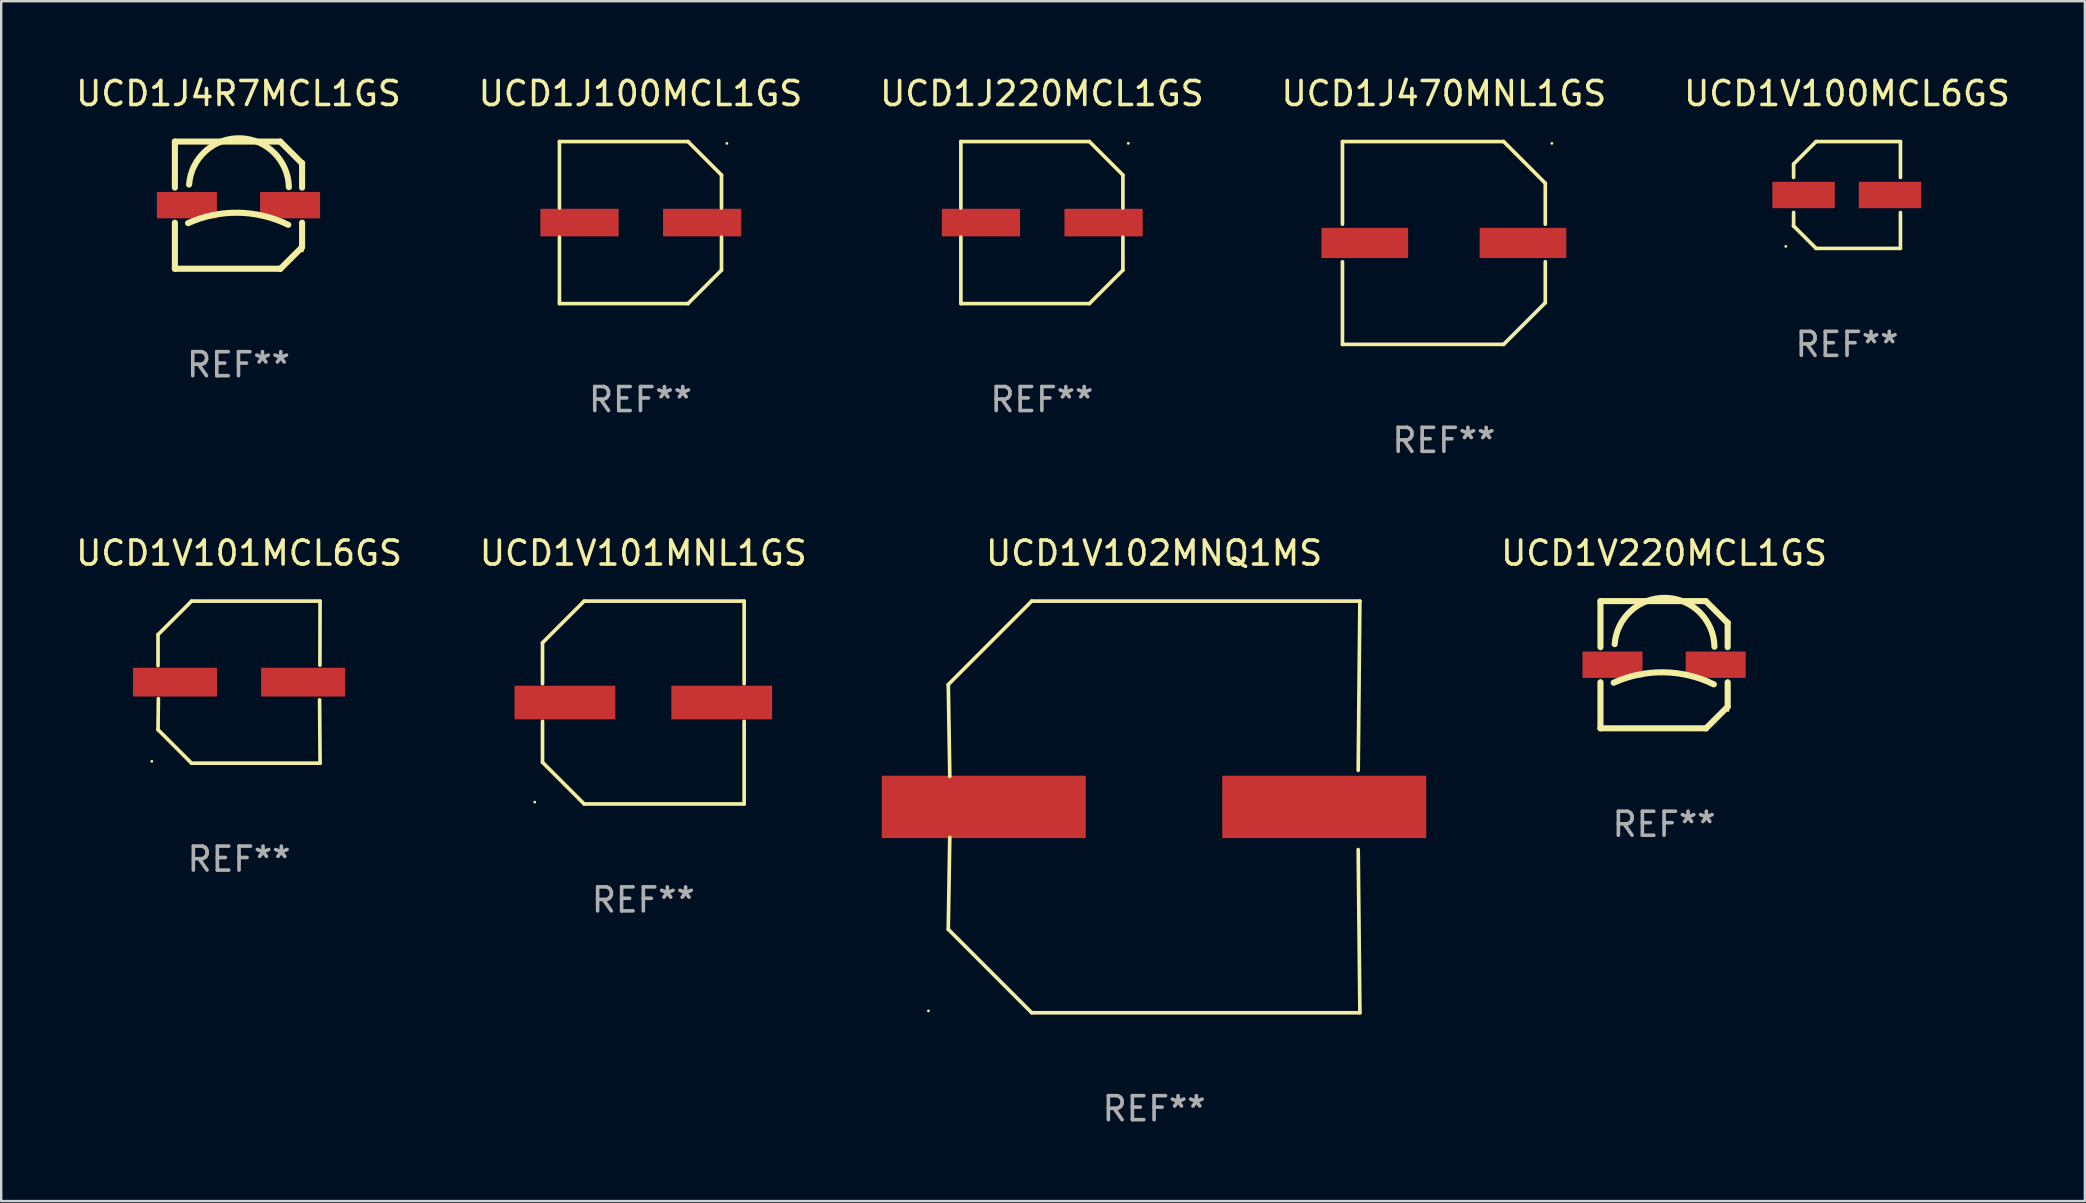
<source format=kicad_pcb>
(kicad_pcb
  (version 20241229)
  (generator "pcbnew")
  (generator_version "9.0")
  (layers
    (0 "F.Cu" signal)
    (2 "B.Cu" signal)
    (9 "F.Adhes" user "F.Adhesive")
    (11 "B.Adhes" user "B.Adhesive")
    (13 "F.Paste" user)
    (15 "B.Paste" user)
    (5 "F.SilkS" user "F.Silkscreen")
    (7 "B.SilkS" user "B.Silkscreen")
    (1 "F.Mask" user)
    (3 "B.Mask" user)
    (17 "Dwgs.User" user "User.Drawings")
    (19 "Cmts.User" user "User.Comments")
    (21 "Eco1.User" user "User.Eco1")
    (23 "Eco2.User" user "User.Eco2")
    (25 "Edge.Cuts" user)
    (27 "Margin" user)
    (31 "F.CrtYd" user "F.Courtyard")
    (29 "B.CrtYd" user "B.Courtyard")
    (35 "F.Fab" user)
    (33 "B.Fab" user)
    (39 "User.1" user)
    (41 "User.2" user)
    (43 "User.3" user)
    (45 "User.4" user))
  (footprint "UCD1J220MCL1GS"
    (layer "F.Cu")
    (at 40.363 6.224)
    (property "Reference" "UCD1J220MCL1GS" (at 0 -5.376 0) (layer "F.SilkS") (effects (font (size 1 1) (thickness 0.15))))
    (attr through_hole)
    (fp_line (start -3.376 -3.376) (end 1.98 -3.376) (stroke (width 0.152) (type solid)) (layer "F.SilkS"))
    (fp_line (start -3.376 -0.607) (end -3.376 -3.376) (stroke (width 0.152) (type solid)) (layer "F.SilkS"))
    (fp_line (start -3.376 0.607) (end -3.376 3.376) (stroke (width 0.152) (type solid)) (layer "F.SilkS"))
    (fp_line (start -3.376 3.376) (end 1.98 3.376) (stroke (width 0.152) (type solid)) (layer "F.SilkS"))
    (fp_line (start 1.98 -3.376) (end 3.376 -1.98) (stroke (width 0.152) (type solid)) (layer "F.SilkS"))
    (fp_line (start 1.98 3.376) (end 3.376 1.98) (stroke (width 0.152) (type solid)) (layer "F.SilkS"))
    (fp_line (start 3.376 -1.98) (end 3.376 -0.607) (stroke (width 0.152) (type solid)) (layer "F.SilkS"))
    (fp_line (start 3.376 1.98) (end 3.376 0.607) (stroke (width 0.152) (type solid)) (layer "F.SilkS"))
    (fp_circle (center 3.6 -3.3) (end 3.63 -3.3) (stroke (width 0.06) (type solid)) (fill no) (layer "F.SilkS"))
    (fp_text user "REF**" (at 0 7.376 0) (layer "F.Fab") (effects (font (size 1 1) (thickness 0.15))))
    (pad "1" smd rect (at 2.57 0 180) (size 3.26 1.15) (layers "F.Cu" "F.Mask" "F.Paste"))
    (pad "2" smd rect (at -2.54 0 180) (size 3.26 1.15) (layers "F.Cu" "F.Mask" "F.Paste")))
  (footprint "UCD1J4R7MCL1GS"
    (layer "F.Cu")
    (at 6.887 5.498)
    (property "Reference" "UCD1J4R7MCL1GS" (at 0 -4.65 0) (layer "F.SilkS") (effects (font (size 1 1) (thickness 0.15))))
    (attr through_hole)
    (fp_line (start -2.65 -2.65) (end 1.74 -2.65) (stroke (width 0.254) (type solid)) (layer "F.SilkS"))
    (fp_line (start -2.65 -0.731) (end -2.65 -2.65) (stroke (width 0.254) (type solid)) (layer "F.SilkS"))
    (fp_line (start -2.65 2.65) (end -2.65 0.731) (stroke (width 0.254) (type solid)) (layer "F.SilkS"))
    (fp_line (start -2.65 2.65) (end 1.73 2.65) (stroke (width 0.254) (type solid)) (layer "F.SilkS"))
    (fp_line (start 1.73 2.65) (end 1.75 2.65) (stroke (width 0.254) (type solid)) (layer "F.SilkS"))
    (fp_line (start 1.75 2.65) (end 2.65 1.75) (stroke (width 0.254) (type solid)) (layer "F.SilkS"))
    (fp_line (start 2.64 -1.75) (end 1.74 -2.65) (stroke (width 0.254) (type solid)) (layer "F.SilkS"))
    (fp_line (start 2.65 -1.75) (end 2.64 -1.75) (stroke (width 0.254) (type solid)) (layer "F.SilkS"))
    (fp_line (start 2.65 -0.731) (end 2.65 -1.75) (stroke (width 0.254) (type solid)) (layer "F.SilkS"))
    (fp_line (start 2.65 1.75) (end 2.65 0.731) (stroke (width 0.254) (type solid)) (layer "F.SilkS"))
    (fp_arc (start -2.1 0.749886) (mid -0.005214 0.316693) (end 2.074168 0.818644) (stroke (width 0.254001) (type solid)) (layer "F.SilkS"))
    (fp_arc (start -2.058369 -0.857759) (mid 0.072137 -2.78601) (end 2.1 -0.750089) (stroke (width 0.254001) (type solid)) (layer "F.SilkS"))
    (fp_circle (center 2.667 1.905) (end 2.697 1.905) (stroke (width 0.06) (type solid)) (fill no) (layer "F.SilkS"))
    (fp_text user "REF**" (at 0 6.65 0) (layer "F.Fab") (effects (font (size 1 1) (thickness 0.15))))
    (pad "1" smd rect (at 2.15 0) (size 2.5 1.1) (layers "F.Cu" "F.Mask" "F.Paste"))
    (pad "2" smd rect (at -2.15 0) (size 2.5 1.1) (layers "F.Cu" "F.Mask" "F.Paste")))
  (footprint "UCD1J100MCL1GS"
    (layer "F.Cu")
    (at 23.637 6.224)
    (property "Reference" "UCD1J100MCL1GS" (at 0 -5.376 0) (layer "F.SilkS") (effects (font (size 1 1) (thickness 0.15))))
    (attr through_hole)
    (fp_line (start -3.376 -3.376) (end 1.98 -3.376) (stroke (width 0.152) (type solid)) (layer "F.SilkS"))
    (fp_line (start -3.376 -0.607) (end -3.376 -3.376) (stroke (width 0.152) (type solid)) (layer "F.SilkS"))
    (fp_line (start -3.376 0.607) (end -3.376 3.376) (stroke (width 0.152) (type solid)) (layer "F.SilkS"))
    (fp_line (start -3.376 3.376) (end 1.98 3.376) (stroke (width 0.152) (type solid)) (layer "F.SilkS"))
    (fp_line (start 1.98 -3.376) (end 3.376 -1.98) (stroke (width 0.152) (type solid)) (layer "F.SilkS"))
    (fp_line (start 1.98 3.376) (end 3.376 1.98) (stroke (width 0.152) (type solid)) (layer "F.SilkS"))
    (fp_line (start 3.376 -1.98) (end 3.376 -0.607) (stroke (width 0.152) (type solid)) (layer "F.SilkS"))
    (fp_line (start 3.376 1.98) (end 3.376 0.607) (stroke (width 0.152) (type solid)) (layer "F.SilkS"))
    (fp_circle (center 3.6 -3.3) (end 3.63 -3.3) (stroke (width 0.06) (type solid)) (fill no) (layer "F.SilkS"))
    (fp_text user "REF**" (at 0 7.376 0) (layer "F.Fab") (effects (font (size 1 1) (thickness 0.15))))
    (pad "1" smd rect (at 2.57 0 180) (size 3.26 1.15) (layers "F.Cu" "F.Mask" "F.Paste"))
    (pad "2" smd rect (at -2.54 0 180) (size 3.26 1.15) (layers "F.Cu" "F.Mask" "F.Paste")))
  (footprint "UCD1V102MNQ1MS"
    (layer "F.Cu")
    (at 45.038 30.573)
    (property "Reference" "UCD1V102MNQ1MS" (at 0 -10.576 0) (layer "F.SilkS") (effects (font (size 1 1) (thickness 0.15))))
    (attr through_hole)
    (fp_line (start -8.576 5.099) (end -8.513 1.269) (stroke (width 0.152) (type solid)) (layer "F.SilkS"))
    (fp_line (start -8.575 -5.101) (end -8.512 -1.271) (stroke (width 0.152) (type solid)) (layer "F.SilkS"))
    (fp_line (start -5.1 -8.576) (end -8.575 -5.101) (stroke (width 0.152) (type solid)) (layer "F.SilkS"))
    (fp_line (start -5.1 8.576) (end -8.576 5.099) (stroke (width 0.152) (type solid)) (layer "F.SilkS"))
    (fp_line (start 8.505 -1.525) (end 8.575 -8.576) (stroke (width 0.152) (type solid)) (layer "F.SilkS"))
    (fp_line (start 8.505 1.777) (end 8.576 8.576) (stroke (width 0.152) (type solid)) (layer "F.SilkS"))
    (fp_line (start 8.575 -8.576) (end -5.1 -8.576) (stroke (width 0.152) (type solid)) (layer "F.SilkS"))
    (fp_line (start 8.576 8.576) (end -5.1 8.576) (stroke (width 0.152) (type solid)) (layer "F.SilkS"))
    (fp_circle (center -9.402 8.499) (end -9.372 8.499) (stroke (width 0.06) (type solid)) (fill no) (layer "F.SilkS"))
    (fp_text user "REF**" (at 0 12.576 0) (layer "F.Fab") (effects (font (size 1 1) (thickness 0.15))))
    (pad "1" smd rect (at -7.097 -0.001) (size 8.5 2.6) (layers "F.Cu" "F.Mask" "F.Paste"))
    (pad "2" smd rect (at 7.09 -0.001) (size 8.5 2.6) (layers "F.Cu" "F.Mask" "F.Paste")))
  (footprint "UCD1V220MCL1GS"
    (layer "F.Cu")
    (at 66.288 24.647)
    (property "Reference" "UCD1V220MCL1GS" (at 0 -4.65 0) (layer "F.SilkS") (effects (font (size 1 1) (thickness 0.15))))
    (attr through_hole)
    (fp_line (start -2.65 -2.65) (end 1.74 -2.65) (stroke (width 0.254) (type solid)) (layer "F.SilkS"))
    (fp_line (start -2.65 -0.731) (end -2.65 -2.65) (stroke (width 0.254) (type solid)) (layer "F.SilkS"))
    (fp_line (start -2.65 2.65) (end -2.65 0.731) (stroke (width 0.254) (type solid)) (layer "F.SilkS"))
    (fp_line (start -2.65 2.65) (end 1.73 2.65) (stroke (width 0.254) (type solid)) (layer "F.SilkS"))
    (fp_line (start 1.73 2.65) (end 1.75 2.65) (stroke (width 0.254) (type solid)) (layer "F.SilkS"))
    (fp_line (start 1.75 2.65) (end 2.65 1.75) (stroke (width 0.254) (type solid)) (layer "F.SilkS"))
    (fp_line (start 2.64 -1.75) (end 1.74 -2.65) (stroke (width 0.254) (type solid)) (layer "F.SilkS"))
    (fp_line (start 2.65 -1.75) (end 2.64 -1.75) (stroke (width 0.254) (type solid)) (layer "F.SilkS"))
    (fp_line (start 2.65 -0.731) (end 2.65 -1.75) (stroke (width 0.254) (type solid)) (layer "F.SilkS"))
    (fp_line (start 2.65 1.75) (end 2.65 0.731) (stroke (width 0.254) (type solid)) (layer "F.SilkS"))
    (fp_arc (start -2.1 0.749886) (mid -0.005214 0.316693) (end 2.074168 0.818644) (stroke (width 0.254001) (type solid)) (layer "F.SilkS"))
    (fp_arc (start -2.058369 -0.857759) (mid 0.072137 -2.78601) (end 2.1 -0.750089) (stroke (width 0.254001) (type solid)) (layer "F.SilkS"))
    (fp_circle (center 2.667 1.905) (end 2.697 1.905) (stroke (width 0.06) (type solid)) (fill no) (layer "F.SilkS"))
    (fp_text user "REF**" (at 0 6.65 0) (layer "F.Fab") (effects (font (size 1 1) (thickness 0.15))))
    (pad "1" smd rect (at 2.15 0) (size 2.5 1.1) (layers "F.Cu" "F.Mask" "F.Paste"))
    (pad "2" smd rect (at -2.15 0) (size 2.5 1.1) (layers "F.Cu" "F.Mask" "F.Paste")))
  (footprint "UCD1V101MCL6GS"
    (layer "F.Cu")
    (at 6.911 25.373)
    (property "Reference" "UCD1V101MCL6GS" (at 0 -5.376 0) (layer "F.SilkS") (effects (font (size 1 1) (thickness 0.15))))
    (attr through_hole)
    (fp_line (start -3.376 -1.98) (end -3.376 -0.686) (stroke (width 0.152) (type solid)) (layer "F.SilkS"))
    (fp_line (start -3.376 1.981) (end -3.362 0.686) (stroke (width 0.152) (type solid)) (layer "F.SilkS"))
    (fp_line (start -1.981 3.376) (end -3.376 1.981) (stroke (width 0.152) (type solid)) (layer "F.SilkS"))
    (fp_line (start -1.98 -3.376) (end -3.376 -1.98) (stroke (width 0.152) (type solid)) (layer "F.SilkS"))
    (fp_line (start 3.356 0.74) (end 3.376 3.376) (stroke (width 0.152) (type solid)) (layer "F.SilkS"))
    (fp_line (start 3.369 -0.707) (end 3.376 -3.376) (stroke (width 0.152) (type solid)) (layer "F.SilkS"))
    (fp_line (start 3.376 3.376) (end -1.981 3.376) (stroke (width 0.152) (type solid)) (layer "F.SilkS"))
    (fp_line (start 3.376 -3.376) (end -1.98 -3.376) (stroke (width 0.152) (type solid)) (layer "F.SilkS"))
    (fp_circle (center -3.634 3.3) (end -3.604 3.3) (stroke (width 0.06) (type solid)) (fill no) (layer "F.SilkS"))
    (fp_text user "REF**" (at 0 7.376 0) (layer "F.Fab") (effects (font (size 1 1) (thickness 0.15))))
    (pad "1" smd rect (at -2.67 0.000254) (size 3.5 1.2) (layers "F.Cu" "F.Mask" "F.Paste"))
    (pad "2" smd rect (at 2.67 0.000254) (size 3.5 1.2) (layers "F.Cu" "F.Mask" "F.Paste")))
  (footprint "UCD1V100MCL6GS"
    (layer "F.Cu")
    (at 73.911 5.074)
    (property "Reference" "UCD1V100MCL6GS" (at 0 -4.226 0) (layer "F.SilkS") (effects (font (size 1 1) (thickness 0.15))))
    (attr through_hole)
    (fp_line (start -2.226 -1.289) (end -2.226 -0.73) (stroke (width 0.152) (type solid)) (layer "F.SilkS"))
    (fp_line (start -2.226 0.731) (end -2.226 1.291) (stroke (width 0.152) (type solid)) (layer "F.SilkS"))
    (fp_line (start -2.226 1.291) (end -2.226 1.291) (stroke (width 0.152) (type solid)) (layer "F.SilkS"))
    (fp_line (start -1.29 -2.226) (end -2.226 -1.289) (stroke (width 0.152) (type solid)) (layer "F.SilkS"))
    (fp_line (start -1.289 2.226) (end -2.226 1.291) (stroke (width 0.152) (type solid)) (layer "F.SilkS"))
    (fp_line (start 2.226 -2.226) (end -1.29 -2.226) (stroke (width 0.152) (type solid)) (layer "F.SilkS"))
    (fp_line (start 2.226 -0.73) (end 2.226 -2.226) (stroke (width 0.152) (type solid)) (layer "F.SilkS"))
    (fp_line (start 2.226 2.226) (end -1.289 2.226) (stroke (width 0.152) (type solid)) (layer "F.SilkS"))
    (fp_line (start 2.226 2.226) (end 2.226 0.731) (stroke (width 0.152) (type solid)) (layer "F.SilkS"))
    (fp_circle (center -2.551 2.142) (end -2.521 2.142) (stroke (width 0.06) (type solid)) (fill no) (layer "F.SilkS"))
    (fp_text user "REF**" (at 0 6.226 0) (layer "F.Fab") (effects (font (size 1 1) (thickness 0.15))))
    (pad "1" smd rect (at -1.81 0.001) (size 2.6 1.1) (layers "F.Cu" "F.Mask" "F.Paste"))
    (pad "2" smd rect (at 1.79 0.001) (size 2.6 1.1) (layers "F.Cu" "F.Mask" "F.Paste")))
  (footprint "UCD1V101MNL1GS"
    (layer "F.Cu")
    (at 23.756 26.223)
    (property "Reference" "UCD1V101MNL1GS" (at 0 -6.226 0) (layer "F.SilkS") (effects (font (size 1 1) (thickness 0.15))))
    (attr through_hole)
    (fp_line (start -4.201 -2.49) (end -4.201 -0.782) (stroke (width 0.152) (type solid)) (layer "F.SilkS"))
    (fp_line (start -4.201 2.49) (end -4.201 0.782) (stroke (width 0.152) (type solid)) (layer "F.SilkS"))
    (fp_line (start -2.465 -4.226) (end -4.201 -2.49) (stroke (width 0.152) (type solid)) (layer "F.SilkS"))
    (fp_line (start -2.465 4.226) (end -4.201 2.49) (stroke (width 0.152) (type solid)) (layer "F.SilkS"))
    (fp_line (start 4.201 -4.226) (end -2.465 -4.226) (stroke (width 0.152) (type solid)) (layer "F.SilkS"))
    (fp_line (start 4.201 -0.782) (end 4.201 -4.226) (stroke (width 0.152) (type solid)) (layer "F.SilkS"))
    (fp_line (start 4.201 0.782) (end 4.201 4.226) (stroke (width 0.152) (type solid)) (layer "F.SilkS"))
    (fp_line (start 4.201 4.226) (end -2.465 4.226) (stroke (width 0.152) (type solid)) (layer "F.SilkS"))
    (fp_circle (center -4.524 4.15) (end -4.494 4.15) (stroke (width 0.06) (type solid)) (fill no) (layer "F.SilkS"))
    (fp_text user "REF**" (at 0 8.226 0) (layer "F.Fab") (effects (font (size 1 1) (thickness 0.15))))
    (pad "1" smd rect (at -3.267 0) (size 4.2 1.4) (layers "F.Cu" "F.Mask" "F.Paste"))
    (pad "2" smd rect (at 3.267 0) (size 4.2 1.4) (layers "F.Cu" "F.Mask" "F.Paste")))
  (footprint "UCD1J470MNL1GS"
    (layer "F.Cu")
    (at 57.113 7.074)
    (property "Reference" "UCD1J470MNL1GS" (at 0 -6.226 0) (layer "F.SilkS") (effects (font (size 1 1) (thickness 0.15))))
    (attr through_hole)
    (fp_line (start -4.226 -4.226) (end 2.49 -4.226) (stroke (width 0.152) (type solid)) (layer "F.SilkS"))
    (fp_line (start -4.226 -0.782) (end -4.226 -4.226) (stroke (width 0.152) (type solid)) (layer "F.SilkS"))
    (fp_line (start -4.226 0.782) (end -4.226 4.226) (stroke (width 0.152) (type solid)) (layer "F.SilkS"))
    (fp_line (start -4.226 4.226) (end 2.49 4.226) (stroke (width 0.152) (type solid)) (layer "F.SilkS"))
    (fp_line (start 2.49 -4.226) (end 4.226 -2.49) (stroke (width 0.152) (type solid)) (layer "F.SilkS"))
    (fp_line (start 2.49 4.226) (end 4.226 2.49) (stroke (width 0.152) (type solid)) (layer "F.SilkS"))
    (fp_line (start 4.226 -2.49) (end 4.226 -0.782) (stroke (width 0.152) (type solid)) (layer "F.SilkS"))
    (fp_line (start 4.226 2.49) (end 4.226 0.782) (stroke (width 0.152) (type solid)) (layer "F.SilkS"))
    (fp_circle (center 4.5 -4.15) (end 4.53 -4.15) (stroke (width 0.06) (type solid)) (fill no) (layer "F.SilkS"))
    (fp_text user "REF**" (at 0 8.226 0) (layer "F.Fab") (effects (font (size 1 1) (thickness 0.15))))
    (pad "1" smd rect (at 3.295 0 180) (size 3.61 1.26) (layers "F.Cu" "F.Mask" "F.Paste"))
    (pad "2" smd rect (at -3.295 0 180) (size 3.61 1.26) (layers "F.Cu" "F.Mask" "F.Paste")))
  (gr_rect
    (start -3 -3)
    (end 83.821 46.997)
    (stroke (width 0.1) (type default))
    (fill no)
    (layer "Edge.Cuts")))
</source>
